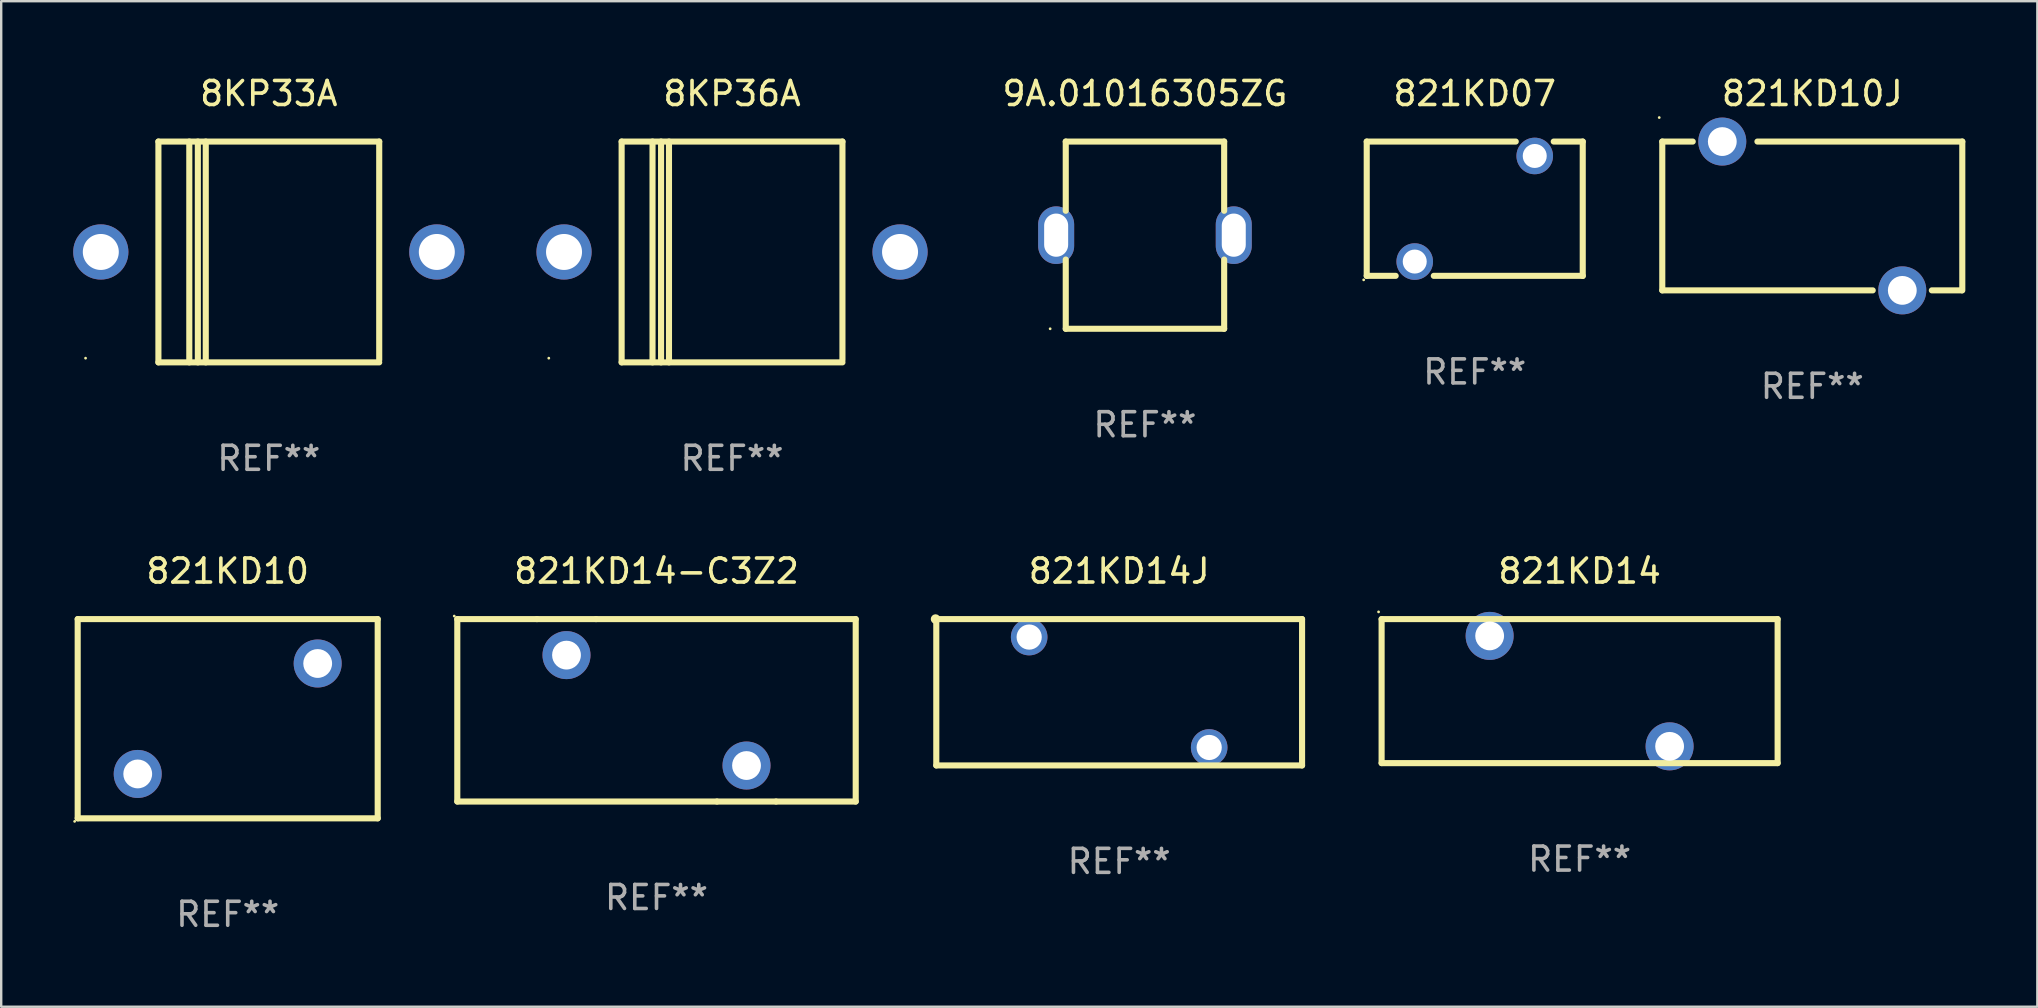
<source format=kicad_pcb>
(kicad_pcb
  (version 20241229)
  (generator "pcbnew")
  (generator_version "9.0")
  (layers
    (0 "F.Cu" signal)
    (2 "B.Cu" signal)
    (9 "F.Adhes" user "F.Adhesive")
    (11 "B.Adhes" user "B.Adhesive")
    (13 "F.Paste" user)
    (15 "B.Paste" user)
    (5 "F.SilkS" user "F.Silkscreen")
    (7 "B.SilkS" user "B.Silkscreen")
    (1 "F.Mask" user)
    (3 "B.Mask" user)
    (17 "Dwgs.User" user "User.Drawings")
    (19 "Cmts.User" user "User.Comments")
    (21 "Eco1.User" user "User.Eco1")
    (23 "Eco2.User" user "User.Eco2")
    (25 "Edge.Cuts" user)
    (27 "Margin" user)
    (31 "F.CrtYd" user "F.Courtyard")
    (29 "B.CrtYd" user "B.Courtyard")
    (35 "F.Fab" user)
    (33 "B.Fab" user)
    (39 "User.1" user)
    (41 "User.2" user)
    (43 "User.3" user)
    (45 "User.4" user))
  (footprint "9A.01016305ZG"
    (layer "F.Cu")
    (at 44.654 6.748)
    (property "Reference" "9A.01016305ZG" (at 0 -5.9 0) (layer "F.SilkS") (effects (font (size 1 1) (thickness 0.15))))
    (attr through_hole)
    (fp_line (start -3.3 -3.9) (end -3.3 -1.016) (stroke (width 0.254) (type solid)) (layer "F.SilkS"))
    (fp_line (start -3.3 -3.9) (end 3.3 -3.9) (stroke (width 0.254) (type solid)) (layer "F.SilkS"))
    (fp_line (start -3.3 1.016) (end -3.3 3.9) (stroke (width 0.254) (type solid)) (layer "F.SilkS"))
    (fp_line (start -3.3 3.9) (end 3.3 3.9) (stroke (width 0.254) (type solid)) (layer "F.SilkS"))
    (fp_line (start 3.3 -3.9) (end 3.3 -1.016) (stroke (width 0.254) (type solid)) (layer "F.SilkS"))
    (fp_line (start 3.3 1.016) (end 3.3 3.9) (stroke (width 0.254) (type solid)) (layer "F.SilkS"))
    (fp_circle (center -3.95 3.9) (end -3.92 3.9) (stroke (width 0.06) (type solid)) (fill no) (layer "F.SilkS"))
    (fp_text user "REF**" (at 0 7.9 0) (layer "F.Fab") (effects (font (size 1 1) (thickness 0.15))))
    (pad "1" thru_hole oval (at -3.7 0) (size 1.5 2.4) (drill oval 1 1.8) (layers "*.Cu" "*.Mask"))
    (pad "2" thru_hole oval (at 3.7 0) (size 1.5 2.4) (drill oval 1 1.8) (layers "*.Cu" "*.Mask")))
  (footprint "8KP33A"
    (layer "F.Cu")
    (at 8.15 7.448)
    (property "Reference" "8KP33A" (at 0 -6.6 0) (layer "F.SilkS") (effects (font (size 1 1) (thickness 0.15))))
    (attr through_hole)
    (fp_line (start -4.6 -4.6) (end -4.6 4.6) (stroke (width 0.254) (type solid)) (layer "F.SilkS"))
    (fp_line (start -4.6 -4.6) (end 4.6 -4.6) (stroke (width 0.254) (type solid)) (layer "F.SilkS"))
    (fp_line (start -4.6 4.6) (end 4.6 4.6) (stroke (width 0.254) (type solid)) (layer "F.SilkS"))
    (fp_line (start -3.313 -4.6) (end -3.313 4.6) (stroke (width 0.254) (type solid)) (layer "F.SilkS"))
    (fp_line (start -2.957 -4.6) (end -2.957 4.6) (stroke (width 0.254) (type solid)) (layer "F.SilkS"))
    (fp_line (start -2.627 -4.6) (end -2.627 4.6) (stroke (width 0.254) (type solid)) (layer "F.SilkS"))
    (fp_line (start 4.6 -4.6) (end 4.6 4.5) (stroke (width 0.254) (type solid)) (layer "F.SilkS"))
    (fp_circle (center -7.635 4.425) (end -7.605 4.425) (stroke (width 0.06) (type solid)) (fill no) (layer "F.SilkS"))
    (fp_text user "REF**" (at 0 8.6 0) (layer "F.Fab") (effects (font (size 1 1) (thickness 0.15))))
    (pad "1" thru_hole circle (at -7 0) (size 2.3 2.3) (drill 1.5) (layers "*.Cu" "*.Mask"))
    (pad "2" thru_hole circle (at 7 0) (size 2.3 2.3) (drill 1.5) (layers "*.Cu" "*.Mask")))
  (footprint "821KD07"
    (layer "F.Cu")
    (at 58.394 5.648)
    (property "Reference" "821KD07" (at 0 -4.8 0) (layer "F.SilkS") (effects (font (size 1 1) (thickness 0.15))))
    (attr through_hole)
    (fp_line (start -4.5 2.795) (end -4.5 -2.8) (stroke (width 0.254) (type solid)) (layer "F.SilkS"))
    (fp_line (start -4.5 2.795) (end -3.294 2.795) (stroke (width 0.254) (type solid)) (layer "F.SilkS"))
    (fp_line (start -4.5 -2.8) (end 1.709 -2.8) (stroke (width 0.254) (type solid)) (layer "F.SilkS"))
    (fp_line (start -1.706 2.795) (end 4.5 2.795) (stroke (width 0.254) (type solid)) (layer "F.SilkS"))
    (fp_line (start 3.291 -2.8) (end 4.5 -2.8) (stroke (width 0.254) (type solid)) (layer "F.SilkS"))
    (fp_line (start 4.5 -2.8) (end 4.5 2.8) (stroke (width 0.254) (type solid)) (layer "F.SilkS"))
    (fp_circle (center -4.627 2.962) (end -4.597 2.962) (stroke (width 0.06) (type solid)) (fill no) (layer "F.SilkS"))
    (fp_text user "REF**" (at 0 6.8 0) (layer "F.Fab") (effects (font (size 1 1) (thickness 0.15))))
    (pad "1" thru_hole circle (at -2.5 2.2) (size 1.524 1.524) (drill 1) (layers "*.Cu" "*.Mask"))
    (pad "2" thru_hole circle (at 2.5 -2.2) (size 1.524 1.524) (drill 1) (layers "*.Cu" "*.Mask")))
  (footprint "821KD14"
    (layer "F.Cu")
    (at 62.764 25.745)
    (property "Reference" "821KD14" (at 0 -5 0) (layer "F.SilkS") (effects (font (size 1 1) (thickness 0.15))))
    (attr through_hole)
    (fp_line (start -8.25 -3) (end 8.25 -3) (stroke (width 0.254) (type solid)) (layer "F.SilkS"))
    (fp_line (start -8.25 3) (end -8.25 -2.999) (stroke (width 0.254) (type solid)) (layer "F.SilkS"))
    (fp_line (start 8.25 -3) (end 8.25 3) (stroke (width 0.254) (type solid)) (layer "F.SilkS"))
    (fp_line (start 8.25 3) (end -8.25 3) (stroke (width 0.254) (type solid)) (layer "F.SilkS"))
    (fp_circle (center -8.377 -3.301) (end -8.347 -3.301) (stroke (width 0.06) (type solid)) (fill no) (layer "F.SilkS"))
    (fp_text user "REF**" (at 0 7 0) (layer "F.Fab") (effects (font (size 1 1) (thickness 0.15))))
    (pad "1" thru_hole circle (at -3.749 -2.301) (size 2 2) (drill 1.2) (layers "*.Cu" "*.Mask"))
    (pad "2" thru_hole circle (at 3.749 2.301) (size 2 2) (drill 1.2) (layers "*.Cu" "*.Mask")))
  (footprint "821KD14J"
    (layer "F.Cu")
    (at 43.58 25.793)
    (property "Reference" "821KD14J" (at 0 -5.048 0) (layer "F.SilkS") (effects (font (size 1 1) (thickness 0.15))))
    (attr through_hole)
    (fp_line (start -7.62 -3.048) (end 7.62 -3.048) (stroke (width 0.254) (type solid)) (layer "F.SilkS"))
    (fp_line (start -7.62 3.048) (end -7.62 -3.048) (stroke (width 0.254) (type solid)) (layer "F.SilkS"))
    (fp_line (start 7.62 -3.048) (end 7.62 3.048) (stroke (width 0.254) (type solid)) (layer "F.SilkS"))
    (fp_line (start 7.62 3.048) (end -7.62 3.048) (stroke (width 0.254) (type solid)) (layer "F.SilkS"))
    (fp_circle (center -7.65 -3.05) (end -7.55 -3.05) (stroke (width 0.2) (type solid)) (fill no) (layer "F.SilkS"))
    (fp_text user "REF**" (at 0 7.048 0) (layer "F.Fab") (effects (font (size 1 1) (thickness 0.15))))
    (pad "1" thru_hole circle (at -3.75 -2.3) (size 1.524 1.524) (drill 1.05) (layers "*.Cu" "*.Mask"))
    (pad "2" thru_hole circle (at 3.75 2.3) (size 1.524 1.524) (drill 1.05) (layers "*.Cu" "*.Mask")))
  (footprint "821KD14-C3Z2"
    (layer "F.Cu")
    (at 24.303 26.545)
    (property "Reference" "821KD14-C3Z2" (at 0 -5.8 0) (layer "F.SilkS") (effects (font (size 1 1) (thickness 0.15))))
    (attr through_hole)
    (fp_line (start -8.3 -3.8) (end -8.3 3.8) (stroke (width 0.254) (type solid)) (layer "F.SilkS"))
    (fp_line (start -8.3 -3.8) (end -4.981 -3.8) (stroke (width 0.254) (type solid)) (layer "F.SilkS"))
    (fp_line (start -8.3 3.8) (end 2.519 3.8) (stroke (width 0.254) (type solid)) (layer "F.SilkS"))
    (fp_line (start -4.981 -3.8) (end -2.519 -3.8) (stroke (width 0.254) (type solid)) (layer "F.SilkS"))
    (fp_line (start -2.519 -3.8) (end 8.3 -3.8) (stroke (width 0.254) (type solid)) (layer "F.SilkS"))
    (fp_line (start 4.981 3.8) (end 2.519 3.8) (stroke (width 0.254) (type solid)) (layer "F.SilkS"))
    (fp_line (start 4.981 3.8) (end 8.3 3.8) (stroke (width 0.254) (type solid)) (layer "F.SilkS"))
    (fp_line (start 8.3 -3.8) (end 8.3 3.8) (stroke (width 0.254) (type solid)) (layer "F.SilkS"))
    (fp_circle (center -8.427 -3.927) (end -8.397 -3.927) (stroke (width 0.06) (type solid)) (fill no) (layer "F.SilkS"))
    (fp_text user "REF**" (at 0 7.8 0) (layer "F.Fab") (effects (font (size 1 1) (thickness 0.15))))
    (pad "1" thru_hole circle (at -3.75 -2.3) (size 2 2) (drill 1.2) (layers "*.Cu" "*.Mask"))
    (pad "2" thru_hole circle (at 3.75 2.3) (size 2 2) (drill 1.2) (layers "*.Cu" "*.Mask")))
  (footprint "821KD10"
    (layer "F.Cu")
    (at 6.438 26.895)
    (property "Reference" "821KD10" (at 0 -6.15 0) (layer "F.SilkS") (effects (font (size 1 1) (thickness 0.15))))
    (attr through_hole)
    (fp_line (start -6.251 -4.15) (end 6.249 -4.15) (stroke (width 0.254) (type solid)) (layer "F.SilkS"))
    (fp_line (start -6.251 4.15) (end -6.251 -4.15) (stroke (width 0.254) (type solid)) (layer "F.SilkS"))
    (fp_line (start 6.249 -4.15) (end 6.249 4.15) (stroke (width 0.254) (type solid)) (layer "F.SilkS"))
    (fp_line (start 6.251 4.15) (end -6.251 4.15) (stroke (width 0.254) (type solid)) (layer "F.SilkS"))
    (fp_circle (center -6.378 4.277) (end -6.348 4.277) (stroke (width 0.06) (type solid)) (fill no) (layer "F.SilkS"))
    (fp_text user "REF**" (at 0 8.15 0) (layer "F.Fab") (effects (font (size 1 1) (thickness 0.15))))
    (pad "1" thru_hole circle (at -3.75 2.301) (size 2 2) (drill 1.2) (layers "*.Cu" "*.Mask"))
    (pad "2" thru_hole circle (at 3.748 -2.301) (size 2 2) (drill 1.2) (layers "*.Cu" "*.Mask")))
  (footprint "821KD10J"
    (layer "F.Cu")
    (at 72.458 5.948)
    (property "Reference" "821KD10J" (at 0 -5.1 0) (layer "F.SilkS") (effects (font (size 1 1) (thickness 0.15))))
    (attr through_hole)
    (fp_line (start -6.25 -3.1) (end -6.25 3.1) (stroke (width 0.254) (type solid)) (layer "F.SilkS"))
    (fp_line (start -6.25 -3.1) (end -4.981 -3.1) (stroke (width 0.254) (type solid)) (layer "F.SilkS"))
    (fp_line (start -6.25 3.1) (end 2.519 3.1) (stroke (width 0.254) (type solid)) (layer "F.SilkS"))
    (fp_line (start 4.981 3.1) (end 6.223 3.1) (stroke (width 0.254) (type solid)) (layer "F.SilkS"))
    (fp_line (start 6.25 -3.1) (end -2.286 -3.1) (stroke (width 0.254) (type solid)) (layer "F.SilkS"))
    (fp_line (start 6.25 -3.1) (end 6.25 3.1) (stroke (width 0.254) (type solid)) (layer "F.SilkS"))
    (fp_circle (center -6.377 -4.1) (end -6.347 -4.1) (stroke (width 0.06) (type solid)) (fill no) (layer "F.SilkS"))
    (fp_text user "REF**" (at 0 7.1 0) (layer "F.Fab") (effects (font (size 1 1) (thickness 0.15))))
    (pad "1" thru_hole circle (at -3.75 -3.1) (size 2 2) (drill 1.2) (layers "*.Cu" "*.Mask"))
    (pad "2" thru_hole circle (at 3.75 3.1) (size 2 2) (drill 1.2) (layers "*.Cu" "*.Mask")))
  (footprint "8KP36A"
    (layer "F.Cu")
    (at 27.45 7.448)
    (property "Reference" "8KP36A" (at 0 -6.6 0) (layer "F.SilkS") (effects (font (size 1 1) (thickness 0.15))))
    (attr through_hole)
    (fp_line (start -4.6 -4.6) (end -4.6 4.6) (stroke (width 0.254) (type solid)) (layer "F.SilkS"))
    (fp_line (start -4.6 -4.6) (end 4.6 -4.6) (stroke (width 0.254) (type solid)) (layer "F.SilkS"))
    (fp_line (start -4.6 4.6) (end 4.6 4.6) (stroke (width 0.254) (type solid)) (layer "F.SilkS"))
    (fp_line (start -3.313 -4.6) (end -3.313 4.6) (stroke (width 0.254) (type solid)) (layer "F.SilkS"))
    (fp_line (start -2.957 -4.6) (end -2.957 4.6) (stroke (width 0.254) (type solid)) (layer "F.SilkS"))
    (fp_line (start -2.627 -4.6) (end -2.627 4.6) (stroke (width 0.254) (type solid)) (layer "F.SilkS"))
    (fp_line (start 4.6 -4.6) (end 4.6 4.5) (stroke (width 0.254) (type solid)) (layer "F.SilkS"))
    (fp_circle (center -7.635 4.425) (end -7.605 4.425) (stroke (width 0.06) (type solid)) (fill no) (layer "F.SilkS"))
    (fp_text user "REF**" (at 0 8.6 0) (layer "F.Fab") (effects (font (size 1 1) (thickness 0.15))))
    (pad "1" thru_hole circle (at -7 0) (size 2.3 2.3) (drill 1.5) (layers "*.Cu" "*.Mask"))
    (pad "2" thru_hole circle (at 7 0) (size 2.3 2.3) (drill 1.5) (layers "*.Cu" "*.Mask")))
  (gr_rect
    (start -3 -3)
    (end 81.835 38.894)
    (stroke (width 0.1) (type default))
    (fill no)
    (layer "Edge.Cuts")))
</source>
